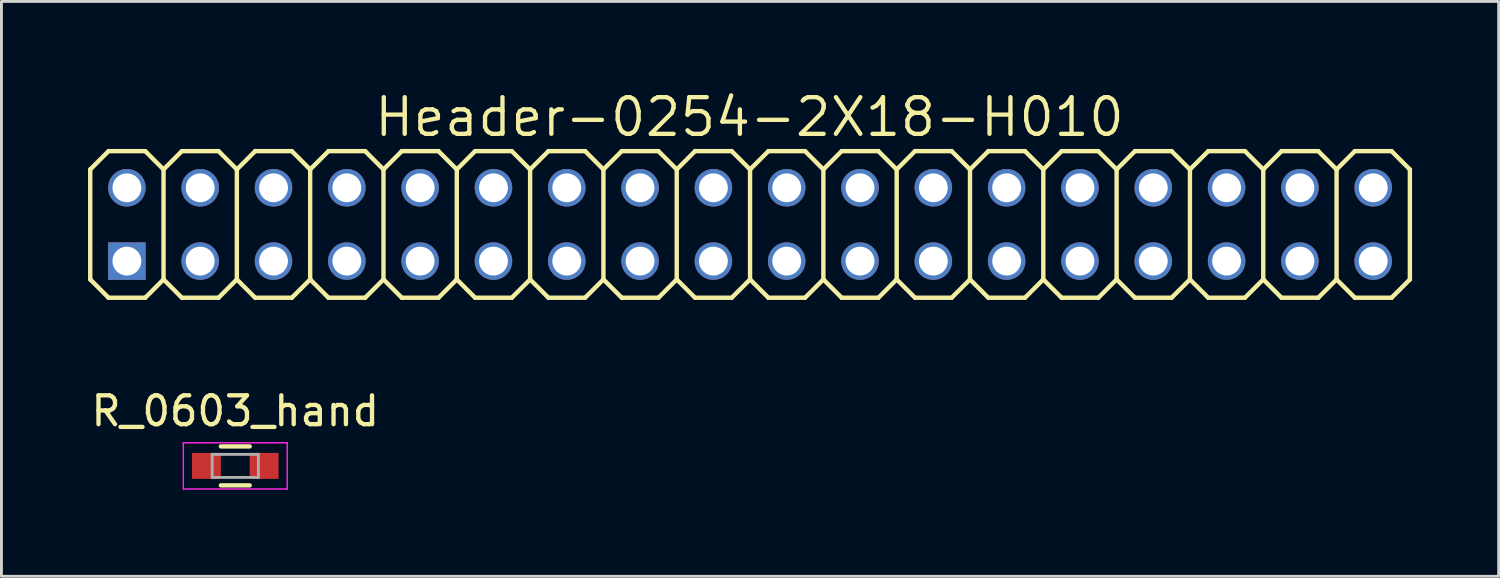
<source format=kicad_pcb>
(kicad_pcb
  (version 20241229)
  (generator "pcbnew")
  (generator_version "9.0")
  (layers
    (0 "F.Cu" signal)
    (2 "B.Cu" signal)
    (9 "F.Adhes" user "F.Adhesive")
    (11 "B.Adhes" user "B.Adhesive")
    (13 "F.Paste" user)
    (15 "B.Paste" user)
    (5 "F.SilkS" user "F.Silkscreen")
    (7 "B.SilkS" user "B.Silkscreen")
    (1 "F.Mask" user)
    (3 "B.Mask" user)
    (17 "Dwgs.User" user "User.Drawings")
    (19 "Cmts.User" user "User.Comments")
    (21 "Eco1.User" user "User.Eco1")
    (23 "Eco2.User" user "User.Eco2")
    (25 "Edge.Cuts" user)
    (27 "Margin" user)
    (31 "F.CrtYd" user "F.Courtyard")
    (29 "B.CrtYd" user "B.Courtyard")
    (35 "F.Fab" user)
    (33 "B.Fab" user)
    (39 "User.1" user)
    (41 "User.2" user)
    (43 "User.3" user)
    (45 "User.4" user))
  (footprint "Header-0254-2X18-H010"
    (layer "F.Cu")
    (at 22.936 4.726)
    (property "Reference" "Header-0254-2X18-H010" (at -0.02 -3.72 0) (layer "F.SilkS") (effects (font (size 1.27 1.27) (thickness 0.15))))
    (attr exclude_from_pos_files exclude_from_bom)
    (fp_line (start -22.86 -1.905) (end -22.225 -2.54) (stroke (width 0.152) (type solid)) (layer "F.SilkS"))
    (fp_line (start -22.86 1.905) (end -22.86 -1.905) (stroke (width 0.152) (type solid)) (layer "F.SilkS"))
    (fp_line (start -22.86 1.905) (end -22.225 2.54) (stroke (width 0.152) (type solid)) (layer "F.SilkS"))
    (fp_line (start -22.225 -2.54) (end -20.955 -2.54) (stroke (width 0.152) (type solid)) (layer "F.SilkS"))
    (fp_line (start -22.225 2.54) (end -20.955 2.54) (stroke (width 0.152) (type solid)) (layer "F.SilkS"))
    (fp_line (start -20.955 -2.54) (end -20.32 -1.905) (stroke (width 0.152) (type solid)) (layer "F.SilkS"))
    (fp_line (start -20.955 2.54) (end -20.32 1.905) (stroke (width 0.152) (type solid)) (layer "F.SilkS"))
    (fp_line (start -20.32 -1.905) (end -20.32 1.905) (stroke (width 0.152) (type solid)) (layer "F.SilkS"))
    (fp_line (start -20.32 -1.905) (end -19.685 -2.54) (stroke (width 0.152) (type solid)) (layer "F.SilkS"))
    (fp_line (start -20.32 1.905) (end -19.685 2.54) (stroke (width 0.152) (type solid)) (layer "F.SilkS"))
    (fp_line (start -19.685 -2.54) (end -18.415 -2.54) (stroke (width 0.152) (type solid)) (layer "F.SilkS"))
    (fp_line (start -19.685 2.54) (end -18.415 2.54) (stroke (width 0.152) (type solid)) (layer "F.SilkS"))
    (fp_line (start -18.415 -2.54) (end -17.78 -1.905) (stroke (width 0.152) (type solid)) (layer "F.SilkS"))
    (fp_line (start -18.415 2.54) (end -17.78 1.905) (stroke (width 0.152) (type solid)) (layer "F.SilkS"))
    (fp_line (start -17.78 -1.905) (end -17.78 1.905) (stroke (width 0.152) (type solid)) (layer "F.SilkS"))
    (fp_line (start -17.78 -1.905) (end -17.145 -2.54) (stroke (width 0.152) (type solid)) (layer "F.SilkS"))
    (fp_line (start -17.78 1.905) (end -17.145 2.54) (stroke (width 0.152) (type solid)) (layer "F.SilkS"))
    (fp_line (start -17.145 -2.54) (end -15.875 -2.54) (stroke (width 0.152) (type solid)) (layer "F.SilkS"))
    (fp_line (start -17.145 2.54) (end -15.875 2.54) (stroke (width 0.152) (type solid)) (layer "F.SilkS"))
    (fp_line (start -15.875 -2.54) (end -15.24 -1.905) (stroke (width 0.152) (type solid)) (layer "F.SilkS"))
    (fp_line (start -15.875 2.54) (end -15.24 1.905) (stroke (width 0.152) (type solid)) (layer "F.SilkS"))
    (fp_line (start -15.24 -1.905) (end -15.24 1.905) (stroke (width 0.152) (type solid)) (layer "F.SilkS"))
    (fp_line (start -15.24 -1.905) (end -14.605 -2.54) (stroke (width 0.152) (type solid)) (layer "F.SilkS"))
    (fp_line (start -15.24 1.905) (end -14.605 2.54) (stroke (width 0.152) (type solid)) (layer "F.SilkS"))
    (fp_line (start -14.605 -2.54) (end -13.335 -2.54) (stroke (width 0.152) (type solid)) (layer "F.SilkS"))
    (fp_line (start -14.605 2.54) (end -13.335 2.54) (stroke (width 0.152) (type solid)) (layer "F.SilkS"))
    (fp_line (start -13.335 -2.54) (end -12.7 -1.905) (stroke (width 0.152) (type solid)) (layer "F.SilkS"))
    (fp_line (start -13.335 2.54) (end -12.7 1.905) (stroke (width 0.152) (type solid)) (layer "F.SilkS"))
    (fp_line (start -12.7 -1.905) (end -12.7 1.905) (stroke (width 0.152) (type solid)) (layer "F.SilkS"))
    (fp_line (start -12.7 -1.905) (end -12.065 -2.54) (stroke (width 0.152) (type solid)) (layer "F.SilkS"))
    (fp_line (start -12.7 1.905) (end -12.065 2.54) (stroke (width 0.152) (type solid)) (layer "F.SilkS"))
    (fp_line (start -12.065 -2.54) (end -10.795 -2.54) (stroke (width 0.152) (type solid)) (layer "F.SilkS"))
    (fp_line (start -12.065 2.54) (end -10.795 2.54) (stroke (width 0.152) (type solid)) (layer "F.SilkS"))
    (fp_line (start -10.795 -2.54) (end -10.16 -1.905) (stroke (width 0.152) (type solid)) (layer "F.SilkS"))
    (fp_line (start -10.795 2.54) (end -10.16 1.905) (stroke (width 0.152) (type solid)) (layer "F.SilkS"))
    (fp_line (start -10.16 -1.905) (end -10.16 1.905) (stroke (width 0.152) (type solid)) (layer "F.SilkS"))
    (fp_line (start -10.16 -1.905) (end -9.525 -2.54) (stroke (width 0.152) (type solid)) (layer "F.SilkS"))
    (fp_line (start -10.16 1.905) (end -9.525 2.54) (stroke (width 0.152) (type solid)) (layer "F.SilkS"))
    (fp_line (start -9.525 -2.54) (end -8.255 -2.54) (stroke (width 0.152) (type solid)) (layer "F.SilkS"))
    (fp_line (start -9.525 2.54) (end -8.255 2.54) (stroke (width 0.152) (type solid)) (layer "F.SilkS"))
    (fp_line (start -8.255 -2.54) (end -7.62 -1.905) (stroke (width 0.152) (type solid)) (layer "F.SilkS"))
    (fp_line (start -8.255 2.54) (end -7.62 1.905) (stroke (width 0.152) (type solid)) (layer "F.SilkS"))
    (fp_line (start -7.62 -1.905) (end -7.62 1.905) (stroke (width 0.152) (type solid)) (layer "F.SilkS"))
    (fp_line (start -7.62 -1.905) (end -6.985 -2.54) (stroke (width 0.152) (type solid)) (layer "F.SilkS"))
    (fp_line (start -7.62 1.905) (end -6.985 2.54) (stroke (width 0.152) (type solid)) (layer "F.SilkS"))
    (fp_line (start -6.985 -2.54) (end -5.715 -2.54) (stroke (width 0.152) (type solid)) (layer "F.SilkS"))
    (fp_line (start -5.715 -2.54) (end -5.08 -1.905) (stroke (width 0.152) (type solid)) (layer "F.SilkS"))
    (fp_line (start -5.715 2.54) (end -6.985 2.54) (stroke (width 0.152) (type solid)) (layer "F.SilkS"))
    (fp_line (start -5.08 -1.905) (end -5.08 1.905) (stroke (width 0.152) (type solid)) (layer "F.SilkS"))
    (fp_line (start -5.08 -1.905) (end -4.445 -2.54) (stroke (width 0.152) (type solid)) (layer "F.SilkS"))
    (fp_line (start -5.08 1.905) (end -5.715 2.54) (stroke (width 0.152) (type solid)) (layer "F.SilkS"))
    (fp_line (start -5.08 1.905) (end -4.445 2.54) (stroke (width 0.152) (type solid)) (layer "F.SilkS"))
    (fp_line (start -4.445 -2.54) (end -3.175 -2.54) (stroke (width 0.152) (type solid)) (layer "F.SilkS"))
    (fp_line (start -3.175 -2.54) (end -2.54 -1.905) (stroke (width 0.152) (type solid)) (layer "F.SilkS"))
    (fp_line (start -3.175 2.54) (end -4.445 2.54) (stroke (width 0.152) (type solid)) (layer "F.SilkS"))
    (fp_line (start -2.54 -1.905) (end -2.54 1.905) (stroke (width 0.152) (type solid)) (layer "F.SilkS"))
    (fp_line (start -2.54 -1.905) (end -1.905 -2.54) (stroke (width 0.152) (type solid)) (layer "F.SilkS"))
    (fp_line (start -2.54 1.905) (end -3.175 2.54) (stroke (width 0.152) (type solid)) (layer "F.SilkS"))
    (fp_line (start -2.54 1.905) (end -1.905 2.54) (stroke (width 0.152) (type solid)) (layer "F.SilkS"))
    (fp_line (start -1.905 -2.54) (end -0.635 -2.54) (stroke (width 0.152) (type solid)) (layer "F.SilkS"))
    (fp_line (start -0.635 -2.54) (end 0 -1.905) (stroke (width 0.152) (type solid)) (layer "F.SilkS"))
    (fp_line (start -0.635 2.54) (end -1.905 2.54) (stroke (width 0.152) (type solid)) (layer "F.SilkS"))
    (fp_line (start 0 -1.905) (end 0 1.905) (stroke (width 0.152) (type solid)) (layer "F.SilkS"))
    (fp_line (start 0 -1.905) (end 0.635 -2.54) (stroke (width 0.152) (type solid)) (layer "F.SilkS"))
    (fp_line (start 0 1.905) (end -0.635 2.54) (stroke (width 0.152) (type solid)) (layer "F.SilkS"))
    (fp_line (start 0 1.905) (end 0.635 2.54) (stroke (width 0.152) (type solid)) (layer "F.SilkS"))
    (fp_line (start 0.635 -2.54) (end 1.905 -2.54) (stroke (width 0.152) (type solid)) (layer "F.SilkS"))
    (fp_line (start 1.905 -2.54) (end 2.54 -1.905) (stroke (width 0.152) (type solid)) (layer "F.SilkS"))
    (fp_line (start 1.905 2.54) (end 0.635 2.54) (stroke (width 0.152) (type solid)) (layer "F.SilkS"))
    (fp_line (start 2.54 -1.905) (end 2.54 1.905) (stroke (width 0.152) (type solid)) (layer "F.SilkS"))
    (fp_line (start 2.54 -1.905) (end 3.175 -2.54) (stroke (width 0.152) (type solid)) (layer "F.SilkS"))
    (fp_line (start 2.54 1.905) (end 1.905 2.54) (stroke (width 0.152) (type solid)) (layer "F.SilkS"))
    (fp_line (start 2.54 1.905) (end 3.175 2.54) (stroke (width 0.152) (type solid)) (layer "F.SilkS"))
    (fp_line (start 3.175 -2.54) (end 4.445 -2.54) (stroke (width 0.152) (type solid)) (layer "F.SilkS"))
    (fp_line (start 4.445 -2.54) (end 5.08 -1.905) (stroke (width 0.152) (type solid)) (layer "F.SilkS"))
    (fp_line (start 4.445 2.54) (end 3.175 2.54) (stroke (width 0.152) (type solid)) (layer "F.SilkS"))
    (fp_line (start 5.08 -1.905) (end 5.08 1.905) (stroke (width 0.152) (type solid)) (layer "F.SilkS"))
    (fp_line (start 5.08 -1.905) (end 5.715 -2.54) (stroke (width 0.152) (type solid)) (layer "F.SilkS"))
    (fp_line (start 5.08 1.905) (end 4.445 2.54) (stroke (width 0.152) (type solid)) (layer "F.SilkS"))
    (fp_line (start 5.08 1.905) (end 5.715 2.54) (stroke (width 0.152) (type solid)) (layer "F.SilkS"))
    (fp_line (start 5.715 -2.54) (end 6.985 -2.54) (stroke (width 0.152) (type solid)) (layer "F.SilkS"))
    (fp_line (start 6.985 2.54) (end 5.715 2.54) (stroke (width 0.152) (type solid)) (layer "F.SilkS"))
    (fp_line (start 7.62 -1.905) (end 6.985 -2.54) (stroke (width 0.152) (type solid)) (layer "F.SilkS"))
    (fp_line (start 7.62 -1.905) (end 7.62 1.905) (stroke (width 0.152) (type solid)) (layer "F.SilkS"))
    (fp_line (start 7.62 -1.905) (end 8.255 -2.54) (stroke (width 0.152) (type solid)) (layer "F.SilkS"))
    (fp_line (start 7.62 1.905) (end 6.985 2.54) (stroke (width 0.152) (type solid)) (layer "F.SilkS"))
    (fp_line (start 7.62 1.905) (end 8.255 2.54) (stroke (width 0.152) (type solid)) (layer "F.SilkS"))
    (fp_line (start 9.525 -2.54) (end 8.255 -2.54) (stroke (width 0.152) (type solid)) (layer "F.SilkS"))
    (fp_line (start 9.525 -2.54) (end 10.16 -1.905) (stroke (width 0.152) (type solid)) (layer "F.SilkS"))
    (fp_line (start 9.525 2.54) (end 8.255 2.54) (stroke (width 0.152) (type solid)) (layer "F.SilkS"))
    (fp_line (start 10.16 -1.905) (end 10.16 1.905) (stroke (width 0.152) (type solid)) (layer "F.SilkS"))
    (fp_line (start 10.16 -1.905) (end 10.795 -2.54) (stroke (width 0.152) (type solid)) (layer "F.SilkS"))
    (fp_line (start 10.16 1.905) (end 9.525 2.54) (stroke (width 0.152) (type solid)) (layer "F.SilkS"))
    (fp_line (start 10.16 1.905) (end 10.795 2.54) (stroke (width 0.152) (type solid)) (layer "F.SilkS"))
    (fp_line (start 12.065 -2.54) (end 10.795 -2.54) (stroke (width 0.152) (type solid)) (layer "F.SilkS"))
    (fp_line (start 12.065 -2.54) (end 12.7 -1.905) (stroke (width 0.152) (type solid)) (layer "F.SilkS"))
    (fp_line (start 12.065 2.54) (end 10.795 2.54) (stroke (width 0.152) (type solid)) (layer "F.SilkS"))
    (fp_line (start 12.7 -1.905) (end 12.7 1.905) (stroke (width 0.152) (type solid)) (layer "F.SilkS"))
    (fp_line (start 12.7 -1.905) (end 13.335 -2.54) (stroke (width 0.152) (type solid)) (layer "F.SilkS"))
    (fp_line (start 12.7 1.905) (end 12.065 2.54) (stroke (width 0.152) (type solid)) (layer "F.SilkS"))
    (fp_line (start 13.335 2.54) (end 12.7 1.905) (stroke (width 0.152) (type solid)) (layer "F.SilkS"))
    (fp_line (start 13.335 2.54) (end 14.605 2.54) (stroke (width 0.152) (type solid)) (layer "F.SilkS"))
    (fp_line (start 14.605 -2.54) (end 13.335 -2.54) (stroke (width 0.152) (type solid)) (layer "F.SilkS"))
    (fp_line (start 14.605 -2.54) (end 15.24 -1.905) (stroke (width 0.152) (type solid)) (layer "F.SilkS"))
    (fp_line (start 15.24 -1.905) (end 15.24 1.905) (stroke (width 0.152) (type solid)) (layer "F.SilkS"))
    (fp_line (start 15.24 -1.905) (end 15.875 -2.54) (stroke (width 0.152) (type solid)) (layer "F.SilkS"))
    (fp_line (start 15.24 1.905) (end 14.605 2.54) (stroke (width 0.152) (type solid)) (layer "F.SilkS"))
    (fp_line (start 15.875 2.54) (end 15.24 1.905) (stroke (width 0.152) (type solid)) (layer "F.SilkS"))
    (fp_line (start 15.875 2.54) (end 17.145 2.54) (stroke (width 0.152) (type solid)) (layer "F.SilkS"))
    (fp_line (start 17.145 -2.54) (end 15.875 -2.54) (stroke (width 0.152) (type solid)) (layer "F.SilkS"))
    (fp_line (start 17.145 -2.54) (end 17.78 -1.905) (stroke (width 0.152) (type solid)) (layer "F.SilkS"))
    (fp_line (start 17.78 -1.905) (end 17.78 1.905) (stroke (width 0.152) (type solid)) (layer "F.SilkS"))
    (fp_line (start 17.78 -1.905) (end 18.415 -2.54) (stroke (width 0.152) (type solid)) (layer "F.SilkS"))
    (fp_line (start 17.78 1.905) (end 17.145 2.54) (stroke (width 0.152) (type solid)) (layer "F.SilkS"))
    (fp_line (start 17.78 1.905) (end 18.415 2.54) (stroke (width 0.152) (type solid)) (layer "F.SilkS"))
    (fp_line (start 19.685 -2.54) (end 18.415 -2.54) (stroke (width 0.152) (type solid)) (layer "F.SilkS"))
    (fp_line (start 19.685 -2.54) (end 20.32 -1.905) (stroke (width 0.152) (type solid)) (layer "F.SilkS"))
    (fp_line (start 19.685 2.54) (end 18.415 2.54) (stroke (width 0.152) (type solid)) (layer "F.SilkS"))
    (fp_line (start 20.32 -1.905) (end 20.32 1.905) (stroke (width 0.152) (type solid)) (layer "F.SilkS"))
    (fp_line (start 20.32 -1.905) (end 20.955 -2.54) (stroke (width 0.152) (type solid)) (layer "F.SilkS"))
    (fp_line (start 20.32 1.905) (end 19.685 2.54) (stroke (width 0.152) (type solid)) (layer "F.SilkS"))
    (fp_line (start 20.32 1.905) (end 20.955 2.54) (stroke (width 0.152) (type solid)) (layer "F.SilkS"))
    (fp_line (start 22.225 -2.54) (end 20.955 -2.54) (stroke (width 0.152) (type solid)) (layer "F.SilkS"))
    (fp_line (start 22.225 -2.54) (end 22.86 -1.905) (stroke (width 0.152) (type solid)) (layer "F.SilkS"))
    (fp_line (start 22.225 2.54) (end 20.955 2.54) (stroke (width 0.152) (type solid)) (layer "F.SilkS"))
    (fp_line (start 22.86 -1.905) (end 22.86 1.905) (stroke (width 0.152) (type solid)) (layer "F.SilkS"))
    (fp_line (start 22.86 1.905) (end 22.225 2.54) (stroke (width 0.152) (type solid)) (layer "F.SilkS"))
    (pad "1" thru_hole rect (at -21.59 1.27) (size 1.3 1.3) (drill 1) (layers "*.Cu" "*.Mask"))
    (pad "2" thru_hole circle (at -21.59 -1.27) (size 1.3 1.3) (drill 1) (layers "*.Cu" "*.Mask"))
    (pad "3" thru_hole circle (at -19.05 1.27) (size 1.3 1.3) (drill 1) (layers "*.Cu" "*.Mask"))
    (pad "4" thru_hole circle (at -19.05 -1.27) (size 1.3 1.3) (drill 1) (layers "*.Cu" "*.Mask"))
    (pad "5" thru_hole circle (at -16.51 1.27) (size 1.3 1.3) (drill 1) (layers "*.Cu" "*.Mask"))
    (pad "6" thru_hole circle (at -16.51 -1.27) (size 1.3 1.3) (drill 1) (layers "*.Cu" "*.Mask"))
    (pad "7" thru_hole circle (at -13.97 1.27) (size 1.3 1.3) (drill 1) (layers "*.Cu" "*.Mask"))
    (pad "8" thru_hole circle (at -13.97 -1.27) (size 1.3 1.3) (drill 1) (layers "*.Cu" "*.Mask"))
    (pad "9" thru_hole circle (at -11.43 1.27) (size 1.3 1.3) (drill 1) (layers "*.Cu" "*.Mask"))
    (pad "10" thru_hole circle (at -11.43 -1.27) (size 1.3 1.3) (drill 1) (layers "*.Cu" "*.Mask"))
    (pad "11" thru_hole circle (at -8.89 1.27) (size 1.3 1.3) (drill 1) (layers "*.Cu" "*.Mask"))
    (pad "12" thru_hole circle (at -8.89 -1.27) (size 1.3 1.3) (drill 1) (layers "*.Cu" "*.Mask"))
    (pad "13" thru_hole circle (at -6.35 1.27) (size 1.3 1.3) (drill 1) (layers "*.Cu" "*.Mask"))
    (pad "14" thru_hole circle (at -6.35 -1.27) (size 1.3 1.3) (drill 1) (layers "*.Cu" "*.Mask"))
    (pad "15" thru_hole circle (at -3.81 1.27) (size 1.3 1.3) (drill 1) (layers "*.Cu" "*.Mask"))
    (pad "16" thru_hole circle (at -3.81 -1.27) (size 1.3 1.3) (drill 1) (layers "*.Cu" "*.Mask"))
    (pad "17" thru_hole circle (at -1.27 1.27) (size 1.3 1.3) (drill 1) (layers "*.Cu" "*.Mask"))
    (pad "18" thru_hole circle (at -1.27 -1.27) (size 1.3 1.3) (drill 1) (layers "*.Cu" "*.Mask"))
    (pad "19" thru_hole circle (at 1.27 1.27) (size 1.3 1.3) (drill 1) (layers "*.Cu" "*.Mask"))
    (pad "20" thru_hole circle (at 1.27 -1.27) (size 1.3 1.3) (drill 1) (layers "*.Cu" "*.Mask"))
    (pad "21" thru_hole circle (at 3.81 1.27) (size 1.3 1.3) (drill 1) (layers "*.Cu" "*.Mask"))
    (pad "22" thru_hole circle (at 3.81 -1.27) (size 1.3 1.3) (drill 1) (layers "*.Cu" "*.Mask"))
    (pad "23" thru_hole circle (at 6.35 1.27) (size 1.3 1.3) (drill 1) (layers "*.Cu" "*.Mask"))
    (pad "24" thru_hole circle (at 6.35 -1.27) (size 1.3 1.3) (drill 1) (layers "*.Cu" "*.Mask"))
    (pad "25" thru_hole circle (at 8.89 1.27) (size 1.3 1.3) (drill 1) (layers "*.Cu" "*.Mask"))
    (pad "26" thru_hole circle (at 8.89 -1.27) (size 1.3 1.3) (drill 1) (layers "*.Cu" "*.Mask"))
    (pad "27" thru_hole circle (at 11.43 1.27) (size 1.3 1.3) (drill 1) (layers "*.Cu" "*.Mask"))
    (pad "28" thru_hole circle (at 11.43 -1.27) (size 1.3 1.3) (drill 1) (layers "*.Cu" "*.Mask"))
    (pad "29" thru_hole circle (at 13.97 1.27) (size 1.3 1.3) (drill 1) (layers "*.Cu" "*.Mask"))
    (pad "30" thru_hole circle (at 13.97 -1.27) (size 1.3 1.3) (drill 1) (layers "*.Cu" "*.Mask"))
    (pad "31" thru_hole circle (at 16.51 1.27) (size 1.3 1.3) (drill 1) (layers "*.Cu" "*.Mask"))
    (pad "32" thru_hole circle (at 16.51 -1.27) (size 1.3 1.3) (drill 1) (layers "*.Cu" "*.Mask"))
    (pad "33" thru_hole circle (at 19.05 1.27) (size 1.3 1.3) (drill 1) (layers "*.Cu" "*.Mask"))
    (pad "34" thru_hole circle (at 19.05 -1.27) (size 1.3 1.3) (drill 1) (layers "*.Cu" "*.Mask"))
    (pad "35" thru_hole circle (at 21.59 1.27) (size 1.3 1.3) (drill 1) (layers "*.Cu" "*.Mask"))
    (pad "36" thru_hole circle (at 21.59 -1.27) (size 1.3 1.3) (drill 1) (layers "*.Cu" "*.Mask")))
  (footprint "R_0603_hand"
    (layer "F.Cu")
    (at 5.101 13.091)
    (property "Reference" "R_0603_hand" (at 0 -1.9 0) (layer "F.SilkS") (effects (font (size 1 1) (thickness 0.15))))
    (attr smd)
    (fp_line (start -0.5 -0.675) (end 0.5 -0.675) (stroke (width 0.15) (type solid)) (layer "F.SilkS"))
    (fp_line (start 0.5 0.675) (end -0.5 0.675) (stroke (width 0.15) (type solid)) (layer "F.SilkS"))
    (fp_line (start -1.8 -0.8) (end -1.8 0.8) (stroke (width 0.05) (type solid)) (layer "F.CrtYd"))
    (fp_line (start -1.8 -0.8) (end 1.8 -0.8) (stroke (width 0.05) (type solid)) (layer "F.CrtYd"))
    (fp_line (start -1.8 0.8) (end 1.8 0.8) (stroke (width 0.05) (type solid)) (layer "F.CrtYd"))
    (fp_line (start 1.8 -0.8) (end 1.8 0.8) (stroke (width 0.05) (type solid)) (layer "F.CrtYd"))
    (fp_line (start -0.8 -0.4) (end 0.8 -0.4) (stroke (width 0.1) (type solid)) (layer "F.Fab"))
    (fp_line (start -0.8 0.4) (end -0.8 -0.4) (stroke (width 0.1) (type solid)) (layer "F.Fab"))
    (fp_line (start 0.8 -0.4) (end 0.8 0.4) (stroke (width 0.1) (type solid)) (layer "F.Fab"))
    (fp_line (start 0.8 0.4) (end -0.8 0.4) (stroke (width 0.1) (type solid)) (layer "F.Fab"))
    (pad "1" smd rect (at -1 0) (size 1 0.9) (layers "F.Cu" "F.Mask" "F.Paste"))
    (pad "2" smd rect (at 1 0) (size 1 0.9) (layers "F.Cu" "F.Mask" "F.Paste")))
  (gr_rect
    (start -3 -3)
    (end 48.872 16.916)
    (stroke (width 0.1) (type default))
    (fill no)
    (layer "Edge.Cuts")))
</source>
